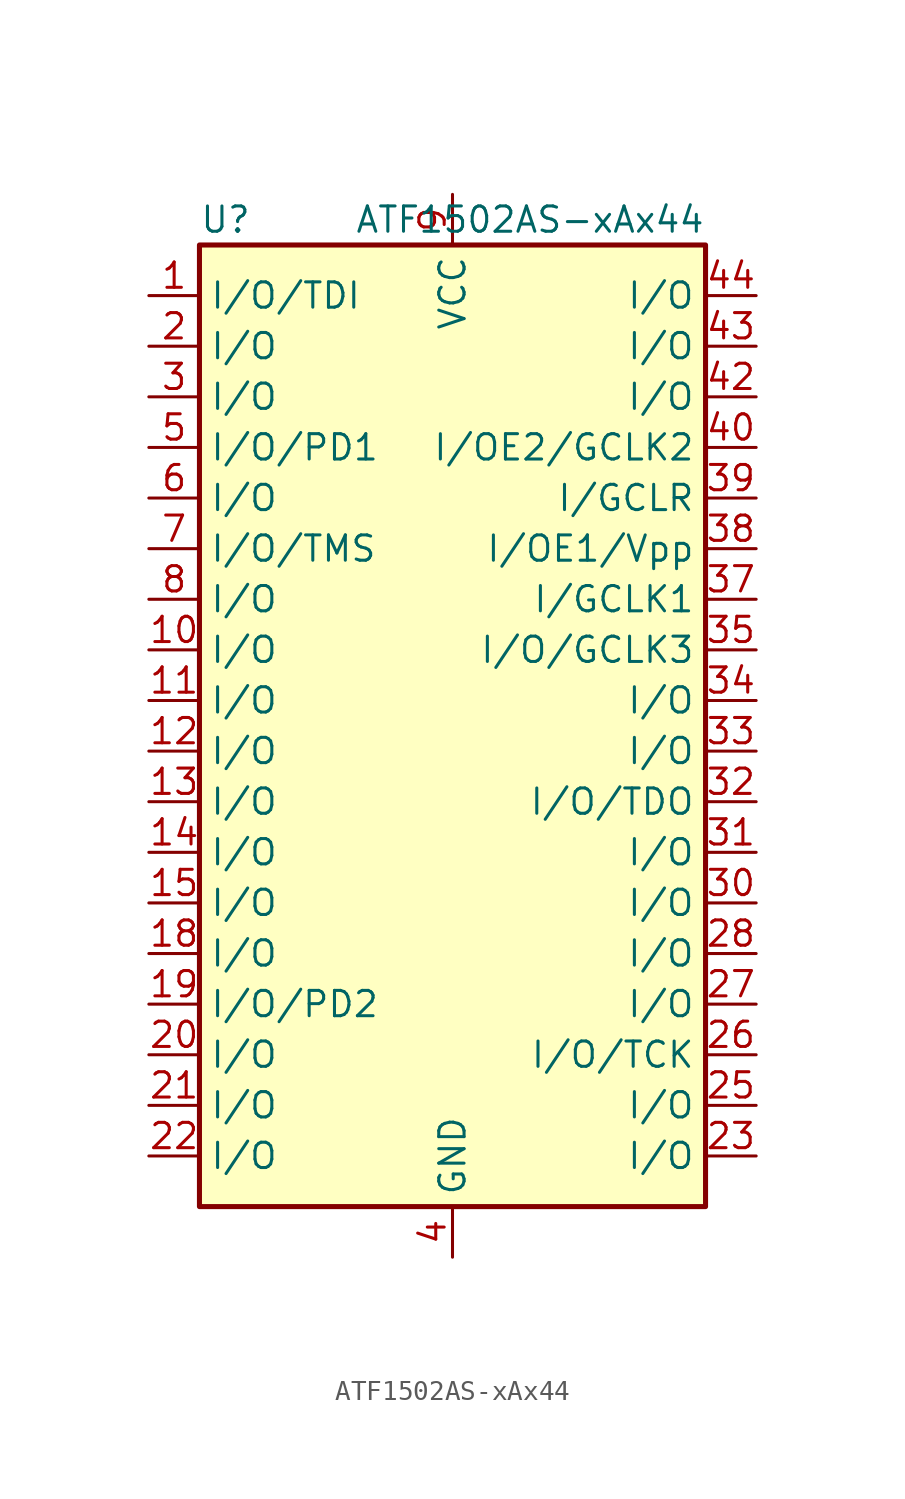
<source format=kicad_sym>
(kicad_symbol_lib
  (version 20201005)
  (generator kicad_symbol_editor)
  (symbol "ATF1502AS-xAx44"
    (property "Reference" "U"
      (at -12.7 24.13 0)
      (effects (font (size 1.27 1.27)) (justify left)))
    (property "Value" "ATF1502AS-xAx44"
      (at 12.7 24.13 0)
      (effects (font (size 1.27 1.27)) (justify right)))
    (symbol "ATF1502AS-xAx44_0_1"
      (rectangle (start -12.7 22.86) (end 12.7 -25.4) (stroke (width 0.254)) (fill (type background))))
    (symbol "ATF1502AS-xAx44_1_1"
      (pin bidirectional line (at -15.24 20.32 0) (length 2.54) (name "I/O/TDI" (effects (font (size 1.27 1.27)))) (number "1" (effects (font (size 1.27 1.27)))))
      (pin bidirectional line (at -15.24 2.54 0) (length 2.54) (name "I/O" (effects (font (size 1.27 1.27)))) (number "10" (effects (font (size 1.27 1.27)))))
      (pin bidirectional line (at -15.24 0 0) (length 2.54) (name "I/O" (effects (font (size 1.27 1.27)))) (number "11" (effects (font (size 1.27 1.27)))))
      (pin bidirectional line (at -15.24 -2.54 0) (length 2.54) (name "I/O" (effects (font (size 1.27 1.27)))) (number "12" (effects (font (size 1.27 1.27)))))
      (pin bidirectional line (at -15.24 -5.08 0) (length 2.54) (name "I/O" (effects (font (size 1.27 1.27)))) (number "13" (effects (font (size 1.27 1.27)))))
      (pin bidirectional line (at -15.24 -7.62 0) (length 2.54) (name "I/O" (effects (font (size 1.27 1.27)))) (number "14" (effects (font (size 1.27 1.27)))))
      (pin bidirectional line (at -15.24 -10.16 0) (length 2.54) (name "I/O" (effects (font (size 1.27 1.27)))) (number "15" (effects (font (size 1.27 1.27)))))
      (pin passive line (at 0 -27.94 90) (length 2.54) hide (name "GND" (effects (font (size 1.27 1.27)))) (number "16" (effects (font (size 1.27 1.27)))))
      (pin passive line (at 0 25.4 270) (length 2.54) hide (name "VCC" (effects (font (size 1.27 1.27)))) (number "17" (effects (font (size 1.27 1.27)))))
      (pin bidirectional line (at -15.24 -12.7 0) (length 2.54) (name "I/O" (effects (font (size 1.27 1.27)))) (number "18" (effects (font (size 1.27 1.27)))))
      (pin bidirectional line (at -15.24 -15.24 0) (length 2.54) (name "I/O/PD2" (effects (font (size 1.27 1.27)))) (number "19" (effects (font (size 1.27 1.27)))))
      (pin bidirectional line (at -15.24 17.78 0) (length 2.54) (name "I/O" (effects (font (size 1.27 1.27)))) (number "2" (effects (font (size 1.27 1.27)))))
      (pin bidirectional line (at -15.24 -17.78 0) (length 2.54) (name "I/O" (effects (font (size 1.27 1.27)))) (number "20" (effects (font (size 1.27 1.27)))))
      (pin bidirectional line (at -15.24 -20.32 0) (length 2.54) (name "I/O" (effects (font (size 1.27 1.27)))) (number "21" (effects (font (size 1.27 1.27)))))
      (pin bidirectional line (at -15.24 -22.86 0) (length 2.54) (name "I/O" (effects (font (size 1.27 1.27)))) (number "22" (effects (font (size 1.27 1.27)))))
      (pin bidirectional line (at 15.24 -22.86 180) (length 2.54) (name "I/O" (effects (font (size 1.27 1.27)))) (number "23" (effects (font (size 1.27 1.27)))))
      (pin passive line (at 0 -27.94 90) (length 2.54) hide (name "GND" (effects (font (size 1.27 1.27)))) (number "24" (effects (font (size 1.27 1.27)))))
      (pin bidirectional line (at 15.24 -20.32 180) (length 2.54) (name "I/O" (effects (font (size 1.27 1.27)))) (number "25" (effects (font (size 1.27 1.27)))))
      (pin bidirectional line (at 15.24 -17.78 180) (length 2.54) (name "I/O/TCK" (effects (font (size 1.27 1.27)))) (number "26" (effects (font (size 1.27 1.27)))))
      (pin bidirectional line (at 15.24 -15.24 180) (length 2.54) (name "I/O" (effects (font (size 1.27 1.27)))) (number "27" (effects (font (size 1.27 1.27)))))
      (pin bidirectional line (at 15.24 -12.7 180) (length 2.54) (name "I/O" (effects (font (size 1.27 1.27)))) (number "28" (effects (font (size 1.27 1.27)))))
      (pin passive line (at 0 25.4 270) (length 2.54) hide (name "VCC" (effects (font (size 1.27 1.27)))) (number "29" (effects (font (size 1.27 1.27)))))
      (pin bidirectional line (at -15.24 15.24 0) (length 2.54) (name "I/O" (effects (font (size 1.27 1.27)))) (number "3" (effects (font (size 1.27 1.27)))))
      (pin bidirectional line (at 15.24 -10.16 180) (length 2.54) (name "I/O" (effects (font (size 1.27 1.27)))) (number "30" (effects (font (size 1.27 1.27)))))
      (pin bidirectional line (at 15.24 -7.62 180) (length 2.54) (name "I/O" (effects (font (size 1.27 1.27)))) (number "31" (effects (font (size 1.27 1.27)))))
      (pin bidirectional line (at 15.24 -5.08 180) (length 2.54) (name "I/O/TDO" (effects (font (size 1.27 1.27)))) (number "32" (effects (font (size 1.27 1.27)))))
      (pin bidirectional line (at 15.24 -2.54 180) (length 2.54) (name "I/O" (effects (font (size 1.27 1.27)))) (number "33" (effects (font (size 1.27 1.27)))))
      (pin bidirectional line (at 15.24 0 180) (length 2.54) (name "I/O" (effects (font (size 1.27 1.27)))) (number "34" (effects (font (size 1.27 1.27)))))
      (pin bidirectional line (at 15.24 2.54 180) (length 2.54) (name "I/O/GCLK3" (effects (font (size 1.27 1.27)))) (number "35" (effects (font (size 1.27 1.27)))))
      (pin passive line (at 0 -27.94 90) (length 2.54) hide (name "GND" (effects (font (size 1.27 1.27)))) (number "36" (effects (font (size 1.27 1.27)))))
      (pin input line (at 15.24 5.08 180) (length 2.54) (name "I/GCLK1" (effects (font (size 1.27 1.27)))) (number "37" (effects (font (size 1.27 1.27)))))
      (pin input line (at 15.24 7.62 180) (length 2.54) (name "I/OE1/Vpp" (effects (font (size 1.27 1.27)))) (number "38" (effects (font (size 1.27 1.27)))))
      (pin input line (at 15.24 10.16 180) (length 2.54) (name "I/GCLR" (effects (font (size 1.27 1.27)))) (number "39" (effects (font (size 1.27 1.27)))))
      (pin power_in line (at 0 -27.94 90) (length 2.54) (name "GND" (effects (font (size 1.27 1.27)))) (number "4" (effects (font (size 1.27 1.27)))))
      (pin input line (at 15.24 12.7 180) (length 2.54) (name "I/OE2/GCLK2" (effects (font (size 1.27 1.27)))) (number "40" (effects (font (size 1.27 1.27)))))
      (pin passive line (at 0 25.4 270) (length 2.54) hide (name "VCC" (effects (font (size 1.27 1.27)))) (number "41" (effects (font (size 1.27 1.27)))))
      (pin bidirectional line (at 15.24 15.24 180) (length 2.54) (name "I/O" (effects (font (size 1.27 1.27)))) (number "42" (effects (font (size 1.27 1.27)))))
      (pin bidirectional line (at 15.24 17.78 180) (length 2.54) (name "I/O" (effects (font (size 1.27 1.27)))) (number "43" (effects (font (size 1.27 1.27)))))
      (pin bidirectional line (at 15.24 20.32 180) (length 2.54) (name "I/O" (effects (font (size 1.27 1.27)))) (number "44" (effects (font (size 1.27 1.27)))))
      (pin bidirectional line (at -15.24 12.7 0) (length 2.54) (name "I/O/PD1" (effects (font (size 1.27 1.27)))) (number "5" (effects (font (size 1.27 1.27)))))
      (pin bidirectional line (at -15.24 10.16 0) (length 2.54) (name "I/O" (effects (font (size 1.27 1.27)))) (number "6" (effects (font (size 1.27 1.27)))))
      (pin bidirectional line (at -15.24 7.62 0) (length 2.54) (name "I/O/TMS" (effects (font (size 1.27 1.27)))) (number "7" (effects (font (size 1.27 1.27)))))
      (pin bidirectional line (at -15.24 5.08 0) (length 2.54) (name "I/O" (effects (font (size 1.27 1.27)))) (number "8" (effects (font (size 1.27 1.27)))))
      (pin power_in line (at 0 25.4 270) (length 2.54) (name "VCC" (effects (font (size 1.27 1.27)))) (number "9" (effects (font (size 1.27 1.27))))))))
</source>
